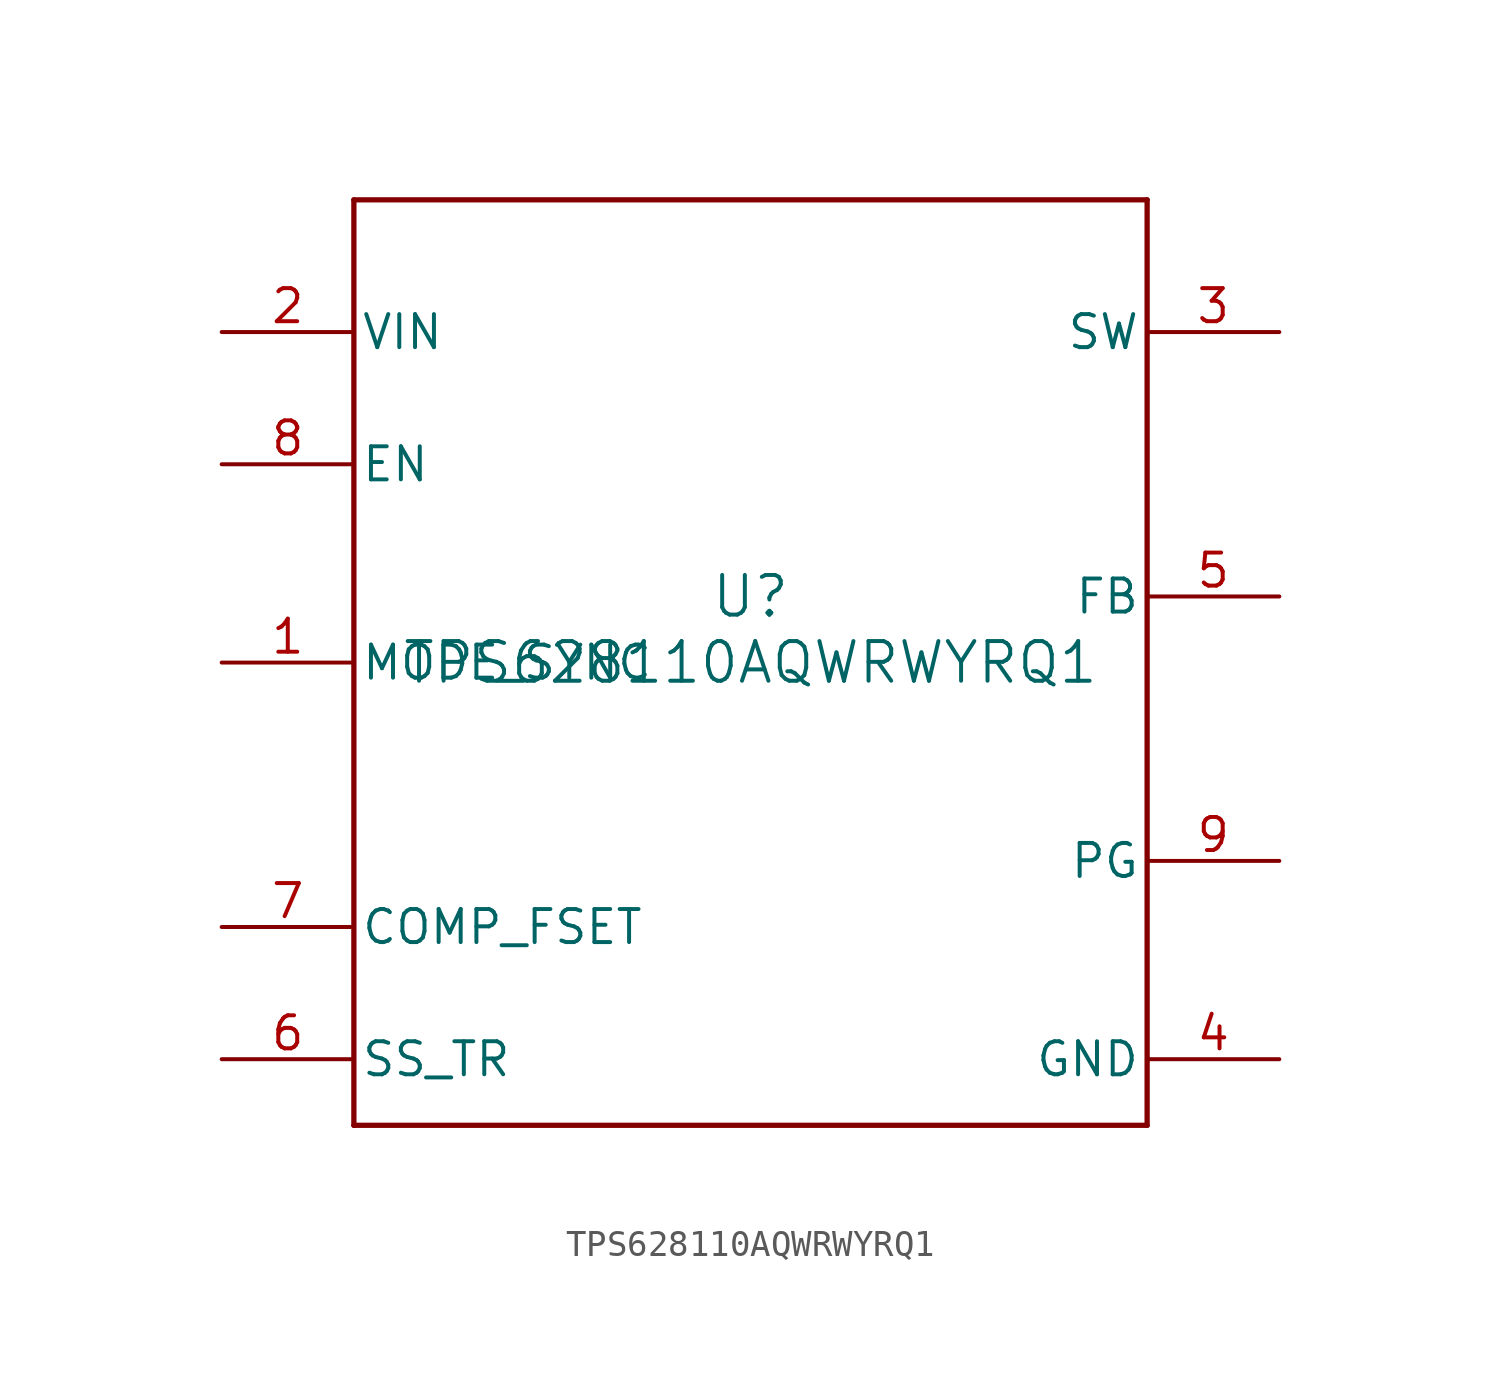
<source format=kicad_sym>
(kicad_symbol_lib
  (version 20211014)
  (generator kicad_symbol_editor)
  (symbol "TPS628110AQWRWYRQ1"
    (pin_names
      (offset 0.254))
    (property "Reference" "U"
      (at 0 2.54 0)
      (effects (font (size 1.524 1.524))))
    (property "Value" "TPS628110AQWRWYRQ1"
      (at 0 0 0)
      (effects (font (size 1.524 1.524))))
    (symbol "TPS628110AQWRWYRQ1_0_1"
      (polyline (pts (xy -15.24 -17.78) (xy 15.24 -17.78)) (stroke (width 0.203) (type default) (color 0 0 0 0)) (fill (type none)))
      (polyline (pts (xy 15.24 -17.78) (xy 15.24 17.78)) (stroke (width 0.203) (type default) (color 0 0 0 0)) (fill (type none)))
      (polyline (pts (xy 15.24 17.78) (xy -15.24 17.78)) (stroke (width 0.203) (type default) (color 0 0 0 0)) (fill (type none)))
      (polyline (pts (xy -15.24 17.78) (xy -15.24 -17.78)) (stroke (width 0.203) (type default) (color 0 0 0 0)) (fill (type none)))
      (pin input line (at -20.32 0 0) (length 5.08) (name "MODE_SYNC" (effects (font (size 1.27 1.27)))) (number "1" (effects (font (size 1.27 1.27)))))
      (pin power_in line (at -20.32 12.7 0) (length 5.08) (name "VIN" (effects (font (size 1.27 1.27)))) (number "2" (effects (font (size 1.27 1.27)))))
      (pin power_in line (at 20.32 12.7 180) (length 5.08) (name "SW" (effects (font (size 1.27 1.27)))) (number "3" (effects (font (size 1.27 1.27)))))
      (pin power_in line (at 20.32 -15.24 180) (length 5.08) (name "GND" (effects (font (size 1.27 1.27)))) (number "4" (effects (font (size 1.27 1.27)))))
      (pin input line (at 20.32 2.54 180) (length 5.08) (name "FB" (effects (font (size 1.27 1.27)))) (number "5" (effects (font (size 1.27 1.27)))))
      (pin input line (at -20.32 -15.24 0) (length 5.08) (name "SS_TR" (effects (font (size 1.27 1.27)))) (number "6" (effects (font (size 1.27 1.27)))))
      (pin input line (at -20.32 -10.16 0) (length 5.08) (name "COMP_FSET" (effects (font (size 1.27 1.27)))) (number "7" (effects (font (size 1.27 1.27)))))
      (pin input line (at -20.32 7.62 0) (length 5.08) (name "EN" (effects (font (size 1.27 1.27)))) (number "8" (effects (font (size 1.27 1.27)))))
      (pin open_collector line (at 20.32 -7.62 180) (length 5.08) (name "PG" (effects (font (size 1.27 1.27)))) (number "9" (effects (font (size 1.27 1.27))))))))
</source>
